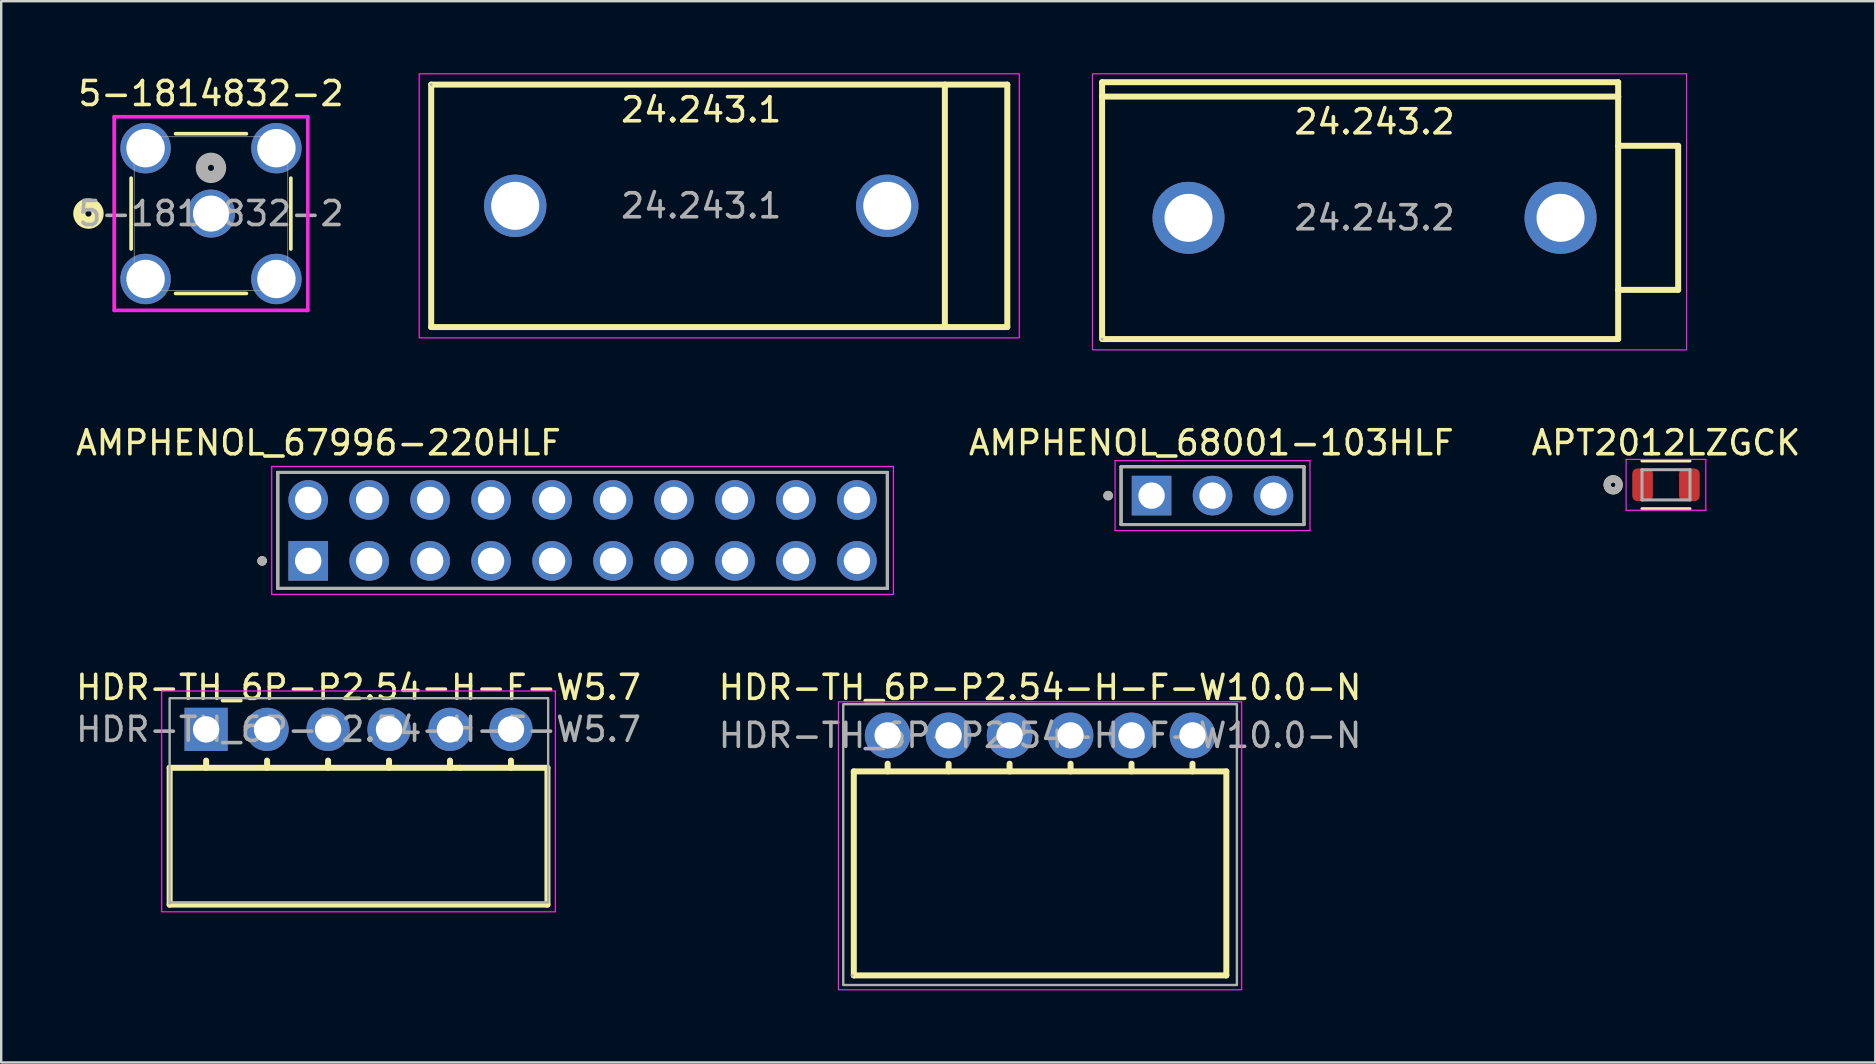
<source format=kicad_pcb>
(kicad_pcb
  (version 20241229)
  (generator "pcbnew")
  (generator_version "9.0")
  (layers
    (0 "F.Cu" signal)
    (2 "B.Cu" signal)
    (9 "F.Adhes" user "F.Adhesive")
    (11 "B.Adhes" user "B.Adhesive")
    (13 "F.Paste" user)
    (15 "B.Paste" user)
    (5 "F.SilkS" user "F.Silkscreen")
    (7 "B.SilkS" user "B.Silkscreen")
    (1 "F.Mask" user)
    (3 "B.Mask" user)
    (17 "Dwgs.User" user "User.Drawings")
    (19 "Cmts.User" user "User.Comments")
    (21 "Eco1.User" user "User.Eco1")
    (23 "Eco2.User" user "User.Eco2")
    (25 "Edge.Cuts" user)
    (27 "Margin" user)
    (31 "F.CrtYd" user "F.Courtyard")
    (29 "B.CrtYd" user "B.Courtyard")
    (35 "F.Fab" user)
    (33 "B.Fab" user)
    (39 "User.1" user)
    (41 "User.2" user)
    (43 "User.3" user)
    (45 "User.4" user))
  (footprint "HDR-TH_6P-P2.54-H-F-W10.0-N"
    (layer "F.Cu")
    (at 40.28 27.587)
    (property "Reference" "HDR-TH_6P-P2.54-H-F-W10.0-N" (at 0 -2 0) (layer "F.SilkS") (effects (font (size 1 1) (thickness 0.15))))
    (attr through_hole)
    (fp_line (start -7.76 1.5) (end -7.76 10) (stroke (width 0.25) (type solid)) (layer "F.SilkS"))
    (fp_line (start -7.76 1.5) (end 7.76 1.5) (stroke (width 0.25) (type solid)) (layer "F.SilkS"))
    (fp_line (start -7.76 10) (end 7.76 10) (stroke (width 0.25) (type solid)) (layer "F.SilkS"))
    (fp_line (start -6.35 1.5) (end -6.35 1.18) (stroke (width 0.25) (type solid)) (layer "F.SilkS"))
    (fp_line (start -3.81 1.18) (end -3.81 1.5) (stroke (width 0.25) (type solid)) (layer "F.SilkS"))
    (fp_line (start -1.27 1.18) (end -1.27 1.5) (stroke (width 0.25) (type solid)) (layer "F.SilkS"))
    (fp_line (start 1.27 1.18) (end 1.27 1.5) (stroke (width 0.25) (type solid)) (layer "F.SilkS"))
    (fp_line (start 3.81 1.18) (end 3.81 1.5) (stroke (width 0.25) (type solid)) (layer "F.SilkS"))
    (fp_line (start 6.35 1.18) (end 6.35 1.5) (stroke (width 0.25) (type solid)) (layer "F.SilkS"))
    (fp_line (start 7.76 10) (end 7.76 1.5) (stroke (width 0.25) (type solid)) (layer "F.SilkS"))
    (fp_rect (start -8.4 -1.4) (end 8.4 10.6) (stroke (width 0.05) (type default)) (fill no) (layer "F.CrtYd"))
    (fp_rect (start -8.2 -1.3) (end 8.2 10.4) (stroke (width 0.1) (type default)) (fill no) (layer "F.Fab"))
    (fp_circle (center -7.82 10) (end -7.79 10) (stroke (width 0.06) (type solid)) (fill no) (layer "F.Fab"))
    (fp_text user "${REFERENCE}" (at 0 0 0) (layer "F.Fab") (effects (font (size 1 1) (thickness 0.15))))
    (pad "1" thru_hole circle (at -6.35 0) (size 1.9 1.9) (drill 1.1) (layers "*.Cu" "*.Mask"))
    (pad "2" thru_hole circle (at -3.81 0) (size 1.9 1.9) (drill 1.1) (layers "*.Cu" "*.Mask"))
    (pad "3" thru_hole circle (at -1.27 0) (size 1.9 1.9) (drill 1.1) (layers "*.Cu" "*.Mask"))
    (pad "4" thru_hole circle (at 1.27 0) (size 1.9 1.9) (drill 1.1) (layers "*.Cu" "*.Mask"))
    (pad "5" thru_hole circle (at 3.81 0) (size 1.9 1.9) (drill 1.1) (layers "*.Cu" "*.Mask"))
    (pad "6" thru_hole circle (at 6.35 0) (size 1.9 1.9) (drill 1.1) (layers "*.Cu" "*.Mask")))
  (footprint "HDR-TH_6P-P2.54-H-F-W5.7"
    (layer "F.Cu")
    (at 11.887 27.337)
    (property "Reference" "HDR-TH_6P-P2.54-H-F-W5.7" (at 0 -1.75 0) (layer "F.SilkS") (effects (font (size 1 1) (thickness 0.15))))
    (attr through_hole)
    (fp_line (start -7.87 1.6) (end -7.87 7.3) (stroke (width 0.25) (type solid)) (layer "F.SilkS"))
    (fp_line (start -6.35 1.3) (end -6.35 1.6) (stroke (width 0.25) (type solid)) (layer "F.SilkS"))
    (fp_line (start -3.81 1.3) (end -3.81 1.6) (stroke (width 0.25) (type solid)) (layer "F.SilkS"))
    (fp_line (start -1.27 1.3) (end -1.27 1.6) (stroke (width 0.25) (type solid)) (layer "F.SilkS"))
    (fp_line (start 1.27 1.3) (end 1.27 1.6) (stroke (width 0.25) (type solid)) (layer "F.SilkS"))
    (fp_line (start 3.81 1.3) (end 3.81 1.6) (stroke (width 0.25) (type solid)) (layer "F.SilkS"))
    (fp_line (start 4.24 1.6) (end -7.87 1.6) (stroke (width 0.25) (type solid)) (layer "F.SilkS"))
    (fp_line (start 6.35 1.3) (end 6.35 1.6) (stroke (width 0.25) (type solid)) (layer "F.SilkS"))
    (fp_line (start 7.87 1.6) (end 4.24 1.6) (stroke (width 0.25) (type solid)) (layer "F.SilkS"))
    (fp_line (start 7.87 1.6) (end 7.87 7.3) (stroke (width 0.25) (type solid)) (layer "F.SilkS"))
    (fp_line (start 7.87 7.3) (end -7.87 7.3) (stroke (width 0.25) (type solid)) (layer "F.SilkS"))
    (fp_rect (start -8.2 -1.6) (end 8.2 7.6) (stroke (width 0.05) (type default)) (fill no) (layer "F.CrtYd"))
    (fp_rect (start -7.87 -1.3) (end 7.9 7.21) (stroke (width 0.1) (type default)) (fill no) (layer "F.Fab"))
    (fp_circle (center -7.87 7.24) (end -7.84 7.24) (stroke (width 0.06) (type solid)) (fill no) (layer "F.Fab"))
    (fp_text user "${REFERENCE}" (at 0 0 0) (layer "F.Fab") (effects (font (size 1 1) (thickness 0.15))))
    (pad "1" thru_hole rect (at -6.35 0) (size 1.8 1.8) (drill 1.1) (layers "*.Cu" "*.Mask"))
    (pad "2" thru_hole circle (at -3.81 0) (size 1.8 1.8) (drill 1.1) (layers "*.Cu" "*.Mask"))
    (pad "3" thru_hole circle (at -1.27 0) (size 1.8 1.8) (drill 1.1) (layers "*.Cu" "*.Mask"))
    (pad "4" thru_hole circle (at 1.27 0) (size 1.8 1.8) (drill 1.1) (layers "*.Cu" "*.Mask"))
    (pad "5" thru_hole circle (at 3.81 0) (size 1.8 1.8) (drill 1.1) (layers "*.Cu" "*.Mask"))
    (pad "6" thru_hole circle (at 6.35 0) (size 1.8 1.8) (drill 1.1) (layers "*.Cu" "*.Mask")))
  (footprint "APT2012LZGCK"
    (layer "F.Cu")
    (at 66.356 17.148)
    (property "Reference" "APT2012LZGCK" (at 0 -1.75 0) (layer "F.SilkS") (effects (font (size 1 1) (thickness 0.15))))
    (attr smd)
    (fp_line (start -1 -0.995) (end 1 -0.995) (stroke (width 0.127) (type solid)) (layer "F.SilkS"))
    (fp_line (start -1 0.995) (end 1 0.995) (stroke (width 0.127) (type solid)) (layer "F.SilkS"))
    (fp_circle (center -2.2 0) (end -2.1 0) (stroke (width 0.3) (type solid)) (fill no) (layer "F.SilkS"))
    (fp_line (start -1.66 -1.059) (end 1.66 -1.059) (stroke (width 0.05) (type solid)) (layer "F.CrtYd"))
    (fp_line (start -1.66 1.059) (end -1.66 -1.059) (stroke (width 0.05) (type solid)) (layer "F.CrtYd"))
    (fp_line (start 1.66 -1.059) (end 1.66 1.059) (stroke (width 0.05) (type solid)) (layer "F.CrtYd"))
    (fp_line (start 1.66 1.059) (end -1.66 1.059) (stroke (width 0.05) (type solid)) (layer "F.CrtYd"))
    (fp_line (start -1 -0.63) (end 1 -0.63) (stroke (width 0.127) (type solid)) (layer "F.Fab"))
    (fp_line (start -1 0.63) (end -1 -0.63) (stroke (width 0.127) (type solid)) (layer "F.Fab"))
    (fp_line (start 1 -0.63) (end 1 0.63) (stroke (width 0.127) (type solid)) (layer "F.Fab"))
    (fp_line (start 1 0.63) (end -1 0.63) (stroke (width 0.127) (type solid)) (layer "F.Fab"))
    (fp_circle (center -2.2 0) (end -2.1 0) (stroke (width 0.3) (type solid)) (fill no) (layer "F.Fab"))
    (pad "1" smd roundrect (at -0.975 0) (size 0.86 1.36) (layers "F.Cu" "F.Mask" "F.Paste") (roundrect_rratio 0.25))
    (pad "2" smd roundrect (at 0.975 0) (size 0.86 1.36) (layers "F.Cu" "F.Mask" "F.Paste") (roundrect_rratio 0.25)))
  (footprint "5-1814832-2"
    (layer "F.Cu")
    (at 5.74 5.848)
    (property "Reference" "5-1814832-2" (at 0 -5 0) (unlocked yes) (layer "F.SilkS") (effects (font (size 1 1) (thickness 0.15))))
    (attr through_hole)
    (fp_line (start -3.327 -1.476) (end -3.327 1.476) (stroke (width 0.152) (type solid)) (layer "F.SilkS"))
    (fp_line (start -1.476 3.327) (end 1.476 3.327) (stroke (width 0.152) (type solid)) (layer "F.SilkS"))
    (fp_line (start 1.476 -3.327) (end -1.476 -3.327) (stroke (width 0.152) (type solid)) (layer "F.SilkS"))
    (fp_line (start 3.327 1.476) (end 3.327 -1.476) (stroke (width 0.152) (type solid)) (layer "F.SilkS"))
    (fp_circle (center -5.105 0) (end -4.724 0) (stroke (width 0.508) (type solid)) (fill no) (layer "F.SilkS"))
    (fp_line (start -4.033 -4.033) (end -4.033 4.033) (stroke (width 0.152) (type solid)) (layer "F.CrtYd"))
    (fp_line (start -4.033 4.033) (end 4.033 4.033) (stroke (width 0.152) (type solid)) (layer "F.CrtYd"))
    (fp_line (start 4.033 -4.033) (end -4.033 -4.033) (stroke (width 0.152) (type solid)) (layer "F.CrtYd"))
    (fp_line (start 4.033 4.033) (end 4.033 -4.033) (stroke (width 0.152) (type solid)) (layer "F.CrtYd"))
    (fp_line (start -3.2 -3.2) (end -3.2 3.2) (stroke (width 0.025) (type solid)) (layer "F.Fab"))
    (fp_line (start -3.2 3.2) (end 3.2 3.2) (stroke (width 0.025) (type solid)) (layer "F.Fab"))
    (fp_line (start 3.2 -3.2) (end -3.2 -3.2) (stroke (width 0.025) (type solid)) (layer "F.Fab"))
    (fp_line (start 3.2 3.2) (end 3.2 -3.2) (stroke (width 0.025) (type solid)) (layer "F.Fab"))
    (fp_circle (center 0 -1.905) (end 0.381 -1.905) (stroke (width 0.508) (type solid)) (fill no) (layer "F.Fab"))
    (fp_text user "${REFERENCE}" (at 0 0 0) (unlocked yes) (layer "F.Fab") (effects (font (size 1 1) (thickness 0.15))))
    (pad "1" thru_hole circle (at 0 0) (size 2 2) (drill 1.5) (layers "*.Cu" "*.Mask"))
    (pad "2" thru_hole circle (at -2.725 -2.725) (size 2.1 2.1) (drill 1.6) (layers "*.Cu" "*.Mask"))
    (pad "2" thru_hole circle (at -2.725 2.725) (size 2.1 2.1) (drill 1.6) (layers "*.Cu" "*.Mask"))
    (pad "2" thru_hole circle (at 2.725 -2.725) (size 2.1 2.1) (drill 1.6) (layers "*.Cu" "*.Mask"))
    (pad "2" thru_hole circle (at 2.725 2.725) (size 2.1 2.1) (drill 1.6) (layers "*.Cu" "*.Mask")))
  (footprint "AMPHENOL_67996-220HLF"
    (layer "F.Cu")
    (at 21.22 19.048)
    (property "Reference" "AMPHENOL_67996-220HLF" (at -11 -3.65 0) (layer "F.SilkS") (effects (font (size 1 1) (thickness 0.15))))
    (attr through_hole)
    (fp_line (start -12.7 2.415) (end -12.7 -2.415) (stroke (width 0.127) (type solid)) (layer "F.SilkS"))
    (fp_line (start 12.7 -2.415) (end -12.7 -2.415) (stroke (width 0.127) (type solid)) (layer "F.SilkS"))
    (fp_line (start 12.7 -2.415) (end 12.7 2.415) (stroke (width 0.127) (type solid)) (layer "F.SilkS"))
    (fp_line (start 12.7 2.415) (end -12.7 2.415) (stroke (width 0.127) (type solid)) (layer "F.SilkS"))
    (fp_circle (center -13.35 1.27) (end -13.25 1.27) (stroke (width 0.2) (type solid)) (fill no) (layer "F.SilkS"))
    (fp_line (start -12.95 -2.665) (end 12.95 -2.665) (stroke (width 0.05) (type solid)) (layer "F.CrtYd"))
    (fp_line (start -12.95 2.665) (end -12.95 -2.665) (stroke (width 0.05) (type solid)) (layer "F.CrtYd"))
    (fp_line (start 12.95 -2.665) (end 12.95 2.665) (stroke (width 0.05) (type solid)) (layer "F.CrtYd"))
    (fp_line (start 12.95 2.665) (end -12.95 2.665) (stroke (width 0.05) (type solid)) (layer "F.CrtYd"))
    (fp_line (start -12.7 -2.415) (end 12.7 -2.415) (stroke (width 0.127) (type solid)) (layer "F.Fab"))
    (fp_line (start -12.7 -2.415) (end 12.7 -2.415) (stroke (width 0.127) (type solid)) (layer "F.Fab"))
    (fp_line (start -12.7 2.415) (end -12.7 -2.415) (stroke (width 0.127) (type solid)) (layer "F.Fab"))
    (fp_line (start -12.7 2.415) (end -12.7 -2.415) (stroke (width 0.127) (type solid)) (layer "F.Fab"))
    (fp_line (start 12.7 -2.415) (end 12.7 2.415) (stroke (width 0.127) (type solid)) (layer "F.Fab"))
    (fp_line (start 12.7 -2.415) (end 12.7 2.415) (stroke (width 0.127) (type solid)) (layer "F.Fab"))
    (fp_line (start 12.7 2.415) (end -12.7 2.415) (stroke (width 0.127) (type solid)) (layer "F.Fab"))
    (fp_circle (center -13.35 1.27) (end -13.25 1.27) (stroke (width 0.2) (type solid)) (fill no) (layer "F.Fab"))
    (pad "1" thru_hole rect (at -11.43 1.27) (size 1.65 1.65) (drill 1.1) (layers "*.Cu" "*.Mask"))
    (pad "2" thru_hole circle (at -11.43 -1.27) (size 1.65 1.65) (drill 1.1) (layers "*.Cu" "*.Mask"))
    (pad "3" thru_hole circle (at -8.89 1.27) (size 1.65 1.65) (drill 1.1) (layers "*.Cu" "*.Mask"))
    (pad "4" thru_hole circle (at -8.89 -1.27) (size 1.65 1.65) (drill 1.1) (layers "*.Cu" "*.Mask"))
    (pad "5" thru_hole circle (at -6.35 1.27) (size 1.65 1.65) (drill 1.1) (layers "*.Cu" "*.Mask"))
    (pad "6" thru_hole circle (at -6.35 -1.27) (size 1.65 1.65) (drill 1.1) (layers "*.Cu" "*.Mask"))
    (pad "7" thru_hole circle (at -3.81 1.27) (size 1.65 1.65) (drill 1.1) (layers "*.Cu" "*.Mask"))
    (pad "8" thru_hole circle (at -3.81 -1.27) (size 1.65 1.65) (drill 1.1) (layers "*.Cu" "*.Mask"))
    (pad "9" thru_hole circle (at -1.27 1.27) (size 1.65 1.65) (drill 1.1) (layers "*.Cu" "*.Mask"))
    (pad "10" thru_hole circle (at -1.27 -1.27) (size 1.65 1.65) (drill 1.1) (layers "*.Cu" "*.Mask"))
    (pad "11" thru_hole circle (at 1.27 1.27) (size 1.65 1.65) (drill 1.1) (layers "*.Cu" "*.Mask"))
    (pad "12" thru_hole circle (at 1.27 -1.27) (size 1.65 1.65) (drill 1.1) (layers "*.Cu" "*.Mask"))
    (pad "13" thru_hole circle (at 3.81 1.27) (size 1.65 1.65) (drill 1.1) (layers "*.Cu" "*.Mask"))
    (pad "14" thru_hole circle (at 3.81 -1.27) (size 1.65 1.65) (drill 1.1) (layers "*.Cu" "*.Mask"))
    (pad "15" thru_hole circle (at 6.35 1.27) (size 1.65 1.65) (drill 1.1) (layers "*.Cu" "*.Mask"))
    (pad "16" thru_hole circle (at 6.35 -1.27) (size 1.65 1.65) (drill 1.1) (layers "*.Cu" "*.Mask"))
    (pad "17" thru_hole circle (at 8.89 1.27) (size 1.65 1.65) (drill 1.1) (layers "*.Cu" "*.Mask"))
    (pad "18" thru_hole circle (at 8.89 -1.27) (size 1.65 1.65) (drill 1.1) (layers "*.Cu" "*.Mask"))
    (pad "19" thru_hole circle (at 11.43 1.27) (size 1.65 1.65) (drill 1.1) (layers "*.Cu" "*.Mask"))
    (pad "20" thru_hole circle (at 11.43 -1.27) (size 1.65 1.65) (drill 1.1) (layers "*.Cu" "*.Mask")))
  (footprint "AMPHENOL_68001-103HLF"
    (layer "F.Cu")
    (at 47.465 17.598)
    (property "Reference" "AMPHENOL_68001-103HLF" (at -0.05 -2.2 0) (layer "F.SilkS") (effects (font (size 1 1) (thickness 0.15))))
    (attr through_hole)
    (fp_line (start -3.81 1.205) (end -3.81 -1.205) (stroke (width 0.127) (type solid)) (layer "F.SilkS"))
    (fp_line (start 3.81 -1.205) (end -3.81 -1.205) (stroke (width 0.127) (type solid)) (layer "F.SilkS"))
    (fp_line (start 3.81 -1.205) (end 3.81 1.205) (stroke (width 0.127) (type solid)) (layer "F.SilkS"))
    (fp_line (start 3.81 1.205) (end -3.81 1.205) (stroke (width 0.127) (type solid)) (layer "F.SilkS"))
    (fp_circle (center -4.35 0) (end -4.25 0) (stroke (width 0.2) (type solid)) (fill no) (layer "F.SilkS"))
    (fp_line (start -4.06 -1.455) (end 4.06 -1.455) (stroke (width 0.05) (type solid)) (layer "F.CrtYd"))
    (fp_line (start -4.06 1.455) (end -4.06 -1.455) (stroke (width 0.05) (type solid)) (layer "F.CrtYd"))
    (fp_line (start 4.06 -1.455) (end 4.06 1.455) (stroke (width 0.05) (type solid)) (layer "F.CrtYd"))
    (fp_line (start 4.06 1.455) (end -4.06 1.455) (stroke (width 0.05) (type solid)) (layer "F.CrtYd"))
    (fp_line (start -3.81 -1.205) (end 3.81 -1.205) (stroke (width 0.127) (type solid)) (layer "F.Fab"))
    (fp_line (start -3.81 1.205) (end -3.81 -1.205) (stroke (width 0.127) (type solid)) (layer "F.Fab"))
    (fp_line (start 3.81 -1.205) (end 3.81 1.205) (stroke (width 0.127) (type solid)) (layer "F.Fab"))
    (fp_line (start 3.81 1.205) (end -3.81 1.205) (stroke (width 0.127) (type solid)) (layer "F.Fab"))
    (fp_circle (center -4.35 0) (end -4.25 0) (stroke (width 0.2) (type solid)) (fill no) (layer "F.Fab"))
    (pad "1" thru_hole rect (at -2.54 0) (size 1.65 1.65) (drill 1.1) (layers "*.Cu" "*.Mask"))
    (pad "2" thru_hole circle (at 0 0) (size 1.65 1.65) (drill 1.1) (layers "*.Cu" "*.Mask"))
    (pad "3" thru_hole circle (at 2.54 0) (size 1.65 1.65) (drill 1.1) (layers "*.Cu" "*.Mask")))
  (footprint "24.243.2"
    (layer "F.Cu")
    (at 54.214 6.025)
    (property "Reference" "24.243.2" (at 0 -4 0) (layer "F.SilkS") (effects (font (size 1 1) (thickness 0.15))))
    (attr through_hole)
    (fp_line (start -11.35 -5.65) (end 10.15 -5.65) (stroke (width 0.25) (type solid)) (layer "F.SilkS"))
    (fp_line (start -11.35 -5.05) (end -11.35 -5.65) (stroke (width 0.25) (type solid)) (layer "F.SilkS"))
    (fp_line (start -11.35 -5.05) (end 10.15 -5.05) (stroke (width 0.25) (type solid)) (layer "F.SilkS"))
    (fp_line (start -11.35 5.05) (end -11.35 -5.05) (stroke (width 0.25) (type solid)) (layer "F.SilkS"))
    (fp_line (start 10.15 -5.65) (end 10.15 -5.05) (stroke (width 0.25) (type solid)) (layer "F.SilkS"))
    (fp_line (start 10.15 -5.05) (end 10.15 5.05) (stroke (width 0.25) (type solid)) (layer "F.SilkS"))
    (fp_line (start 10.15 -3) (end 12.65 -3) (stroke (width 0.25) (type solid)) (layer "F.SilkS"))
    (fp_line (start 10.15 5.05) (end -11.32 5.05) (stroke (width 0.25) (type solid)) (layer "F.SilkS"))
    (fp_line (start 12.65 -3) (end 12.65 3) (stroke (width 0.25) (type solid)) (layer "F.SilkS"))
    (fp_line (start 12.65 3) (end 10.15 3) (stroke (width 0.25) (type solid)) (layer "F.SilkS"))
    (fp_rect (start -11.75 -6) (end 13 5.5) (stroke (width 0.05) (type default)) (fill no) (layer "F.CrtYd"))
    (fp_circle (center -11.35 5.05) (end -11.32 5.05) (stroke (width 0.06) (type solid)) (fill no) (layer "F.Fab"))
    (fp_text user "${REFERENCE}" (at 0 0 0) (layer "F.Fab") (effects (font (size 1 1) (thickness 0.15))))
    (pad "1" thru_hole circle (at -7.75 0) (size 3 3) (drill 2) (layers "*.Cu" "*.Mask"))
    (pad "2" thru_hole circle (at 7.75 0) (size 3 3) (drill 2) (layers "*.Cu" "*.Mask")))
  (footprint "24.243.1"
    (layer "F.Cu")
    (at 26.164 5.525)
    (property "Reference" "24.243.1" (at 0 -4 0) (layer "F.SilkS") (effects (font (size 1 1) (thickness 0.15))))
    (attr through_hole)
    (fp_line (start -11.25 -5.05) (end 12.75 -5.05) (stroke (width 0.25) (type solid)) (layer "F.SilkS"))
    (fp_line (start -11.25 5.05) (end -11.25 -5.05) (stroke (width 0.25) (type solid)) (layer "F.SilkS"))
    (fp_line (start 10.15 -5.05) (end 10.15 5.05) (stroke (width 0.25) (type solid)) (layer "F.SilkS"))
    (fp_line (start 12.75 -5.05) (end 12.75 5.05) (stroke (width 0.25) (type solid)) (layer "F.SilkS"))
    (fp_line (start 12.75 5.05) (end -11.25 5.05) (stroke (width 0.25) (type solid)) (layer "F.SilkS"))
    (fp_rect (start -11.75 -5.5) (end 13.25 5.5) (stroke (width 0.05) (type default)) (fill no) (layer "F.CrtYd"))
    (fp_circle (center -11.25 -5.05) (end -11.22 -5.05) (stroke (width 0.06) (type solid)) (fill no) (layer "F.Fab"))
    (fp_text user "${REFERENCE}" (at 0 0 0) (layer "F.Fab") (effects (font (size 1 1) (thickness 0.15))))
    (pad "1" thru_hole circle (at -7.75 0) (size 2.6 2.6) (drill 2) (layers "*.Cu" "*.Mask"))
    (pad "2" thru_hole circle (at 7.75 0) (size 2.6 2.6) (drill 2) (layers "*.Cu" "*.Mask")))
  (gr_rect
    (start -3 -3)
    (end 75.076 41.212)
    (stroke (width 0.1) (type default))
    (fill no)
    (layer "Edge.Cuts")))
</source>
